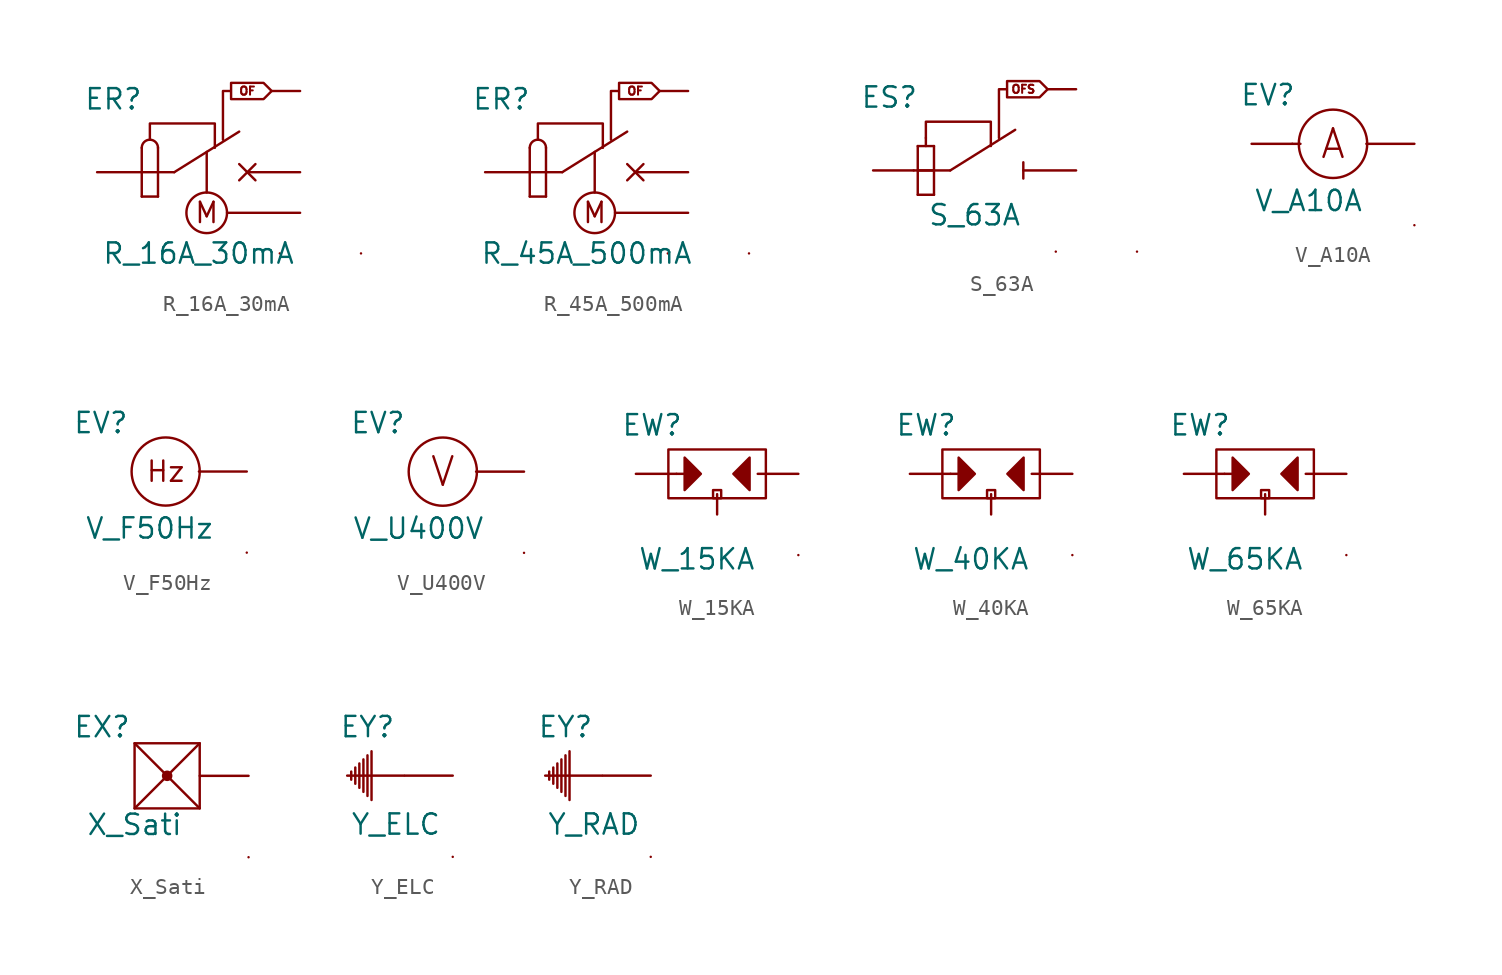
<source format=kicad_sym>
(kicad_symbol_lib
  (version 20211014)
  (generator kicad_symbol_editor)
  (symbol "R_16A_30mA"
    (pin_numbers hide)
    (pin_names
      (offset 0.254))
    (property "Reference" "ER"
      (at -5.334 4.572 0)
      (effects (font (size 1.27 1.27))))
    (property "Value" "R_16A_30mA"
      (at 0 -5.08 0)
      (effects (font (size 1.27 1.27))))
    (symbol "R_16A_30mA_0_0"
      (polyline (pts (xy 5.08 -5.08) (xy 5.08 -5.08)) (stroke (width 0) (type default) (color 0 0 0 0)) (fill (type none)))
      (polyline (pts (xy 10.16 -5.08) (xy 10.16 -5.08)) (stroke (width 0) (type default) (color 0 0 0 0)) (fill (type none)))
      (polyline (pts (xy 0.508 -1.27) (xy 0.508 1.27) (xy 0.508 1.27)) (stroke (width 0) (type default) (color 0 0 0 0)) (fill (type none)))
      (text "M" (at 0.508 -2.54 0) (effects (font (size 1.27 1.27))))
      (text "OF" (at 3.048 5.08 0) (effects (font (size 0.508 0.508)))))
    (symbol "R_16A_30mA_0_1"
      (arc (start -2.54 1.5249) (mid -3.048 2.032) (end -3.556 1.5249) (stroke (width 0) (type default) (color 0 0 0 0)) (fill (type none)))
      (polyline (pts (xy -3.556 0) (xy -1.524 0) (xy -1.524 0)) (stroke (width 0) (type default) (color 0 0 0 0)) (fill (type none)))
      (polyline (pts (xy -3.556 1.524) (xy -3.556 -1.524) (xy -3.556 -1.524)) (stroke (width 0) (type default) (color 0 0 0 0)) (fill (type none)))
      (polyline (pts (xy -1.524 0) (xy 2.54 2.54) (xy 2.54 2.54)) (stroke (width 0) (type default) (color 0 0 0 0)) (fill (type none)))
      (polyline (pts (xy 3.556 0.508) (xy 2.54 -0.508) (xy 2.54 -0.508)) (stroke (width 0) (type default) (color 0 0 0 0)) (fill (type none)))
      (polyline (pts (xy 2.54 0.508) (xy 3.556 -0.508) (xy 3.556 -0.508) (xy 3.556 -0.508)) (stroke (width 0) (type default) (color 0 0 0 0)) (fill (type none)))
      (polyline (pts (xy -3.556 -1.524) (xy -2.54 -1.524) (xy -2.54 -1.524) (xy -2.54 -1.524) (xy -2.54 -1.524)) (stroke (width 0) (type default) (color 0 0 0 0)) (fill (type none)))
      (polyline (pts (xy -2.54 1.524) (xy -2.54 -1.524) (xy -2.54 -1.016) (xy -2.54 -1.016) (xy -2.54 -1.016)) (stroke (width 0) (type default) (color 0 0 0 0)) (fill (type none)))
      (polyline (pts (xy -3.048 2.032) (xy -3.048 3.048) (xy 1.016 3.048) (xy 1.016 1.524) (xy 1.016 1.524) (xy 1.016 1.524)) (stroke (width 0) (type default) (color 0 0 0 0)) (fill (type none)))
      (polyline (pts (xy 1.524 2.032) (xy 1.524 5.08) (xy 2.032 5.08) (xy 2.032 5.588) (xy 4.064 5.588) (xy 4.572 5.08) (xy 4.064 4.572) (xy 2.032 4.572) (xy 2.032 5.08) (xy 2.032 5.08)) (stroke (width 0) (type default) (color 0 0 0 0)) (fill (type none)))
      (circle (center 0.508 -2.54) (radius 1.27) (stroke (width 0) (type default) (color 0 0 0 0)) (fill (type none))))
    (symbol "R_16A_30mA_1_1"
      (pin power_in line (at 6.35 0 180) (length 3.302) (name "~" (effects (font (size 1.016 1.016)))) (number "1" (effects (font (size 0.254 0.254)))))
      (pin power_out line (at -6.35 0 0) (length 2.794) (name "~" (effects (font (size 1.016 1.016)))) (number "2" (effects (font (size 0.254 0.254)))))
      (pin output line (at 6.35 5.08 180) (length 1.778) (name "~" (effects (font (size 0.254 0.254)))) (number "3" (effects (font (size 0.254 0.254)))))
      (pin input line (at 6.35 -2.54 180) (length 4.572) (name "~" (effects (font (size 1.27 1.27)))) (number "4" (effects (font (size 0.254 0.254)))))))
  (symbol "R_45A_500mA"
    (pin_numbers hide)
    (pin_names
      (offset 0.254))
    (property "Reference" "ER"
      (at -5.334 4.572 0)
      (effects (font (size 1.27 1.27))))
    (property "Value" "R_45A_500mA"
      (at 0 -5.08 0)
      (effects (font (size 1.27 1.27))))
    (symbol "R_45A_500mA_0_0"
      (polyline (pts (xy 5.08 -5.08) (xy 5.08 -5.08)) (stroke (width 0) (type default) (color 0 0 0 0)) (fill (type none)))
      (polyline (pts (xy 10.16 -5.08) (xy 10.16 -5.08)) (stroke (width 0) (type default) (color 0 0 0 0)) (fill (type none)))
      (polyline (pts (xy 0.508 -1.27) (xy 0.508 1.27) (xy 0.508 1.27)) (stroke (width 0) (type default) (color 0 0 0 0)) (fill (type none)))
      (text "M" (at 0.508 -2.54 0) (effects (font (size 1.27 1.27))))
      (text "OF" (at 3.048 5.08 0) (effects (font (size 0.508 0.508)))))
    (symbol "R_45A_500mA_0_1"
      (arc (start -2.54 1.5249) (mid -3.048 2.032) (end -3.556 1.5249) (stroke (width 0) (type default) (color 0 0 0 0)) (fill (type none)))
      (polyline (pts (xy -3.556 0) (xy -1.524 0) (xy -1.524 0)) (stroke (width 0) (type default) (color 0 0 0 0)) (fill (type none)))
      (polyline (pts (xy -3.556 1.524) (xy -3.556 -1.524) (xy -3.556 -1.524)) (stroke (width 0) (type default) (color 0 0 0 0)) (fill (type none)))
      (polyline (pts (xy -1.524 0) (xy 2.54 2.54) (xy 2.54 2.54)) (stroke (width 0) (type default) (color 0 0 0 0)) (fill (type none)))
      (polyline (pts (xy 3.556 0.508) (xy 2.54 -0.508) (xy 2.54 -0.508)) (stroke (width 0) (type default) (color 0 0 0 0)) (fill (type none)))
      (polyline (pts (xy 2.54 0.508) (xy 3.556 -0.508) (xy 3.556 -0.508) (xy 3.556 -0.508)) (stroke (width 0) (type default) (color 0 0 0 0)) (fill (type none)))
      (polyline (pts (xy -3.556 -1.524) (xy -2.54 -1.524) (xy -2.54 -1.524) (xy -2.54 -1.524) (xy -2.54 -1.524)) (stroke (width 0) (type default) (color 0 0 0 0)) (fill (type none)))
      (polyline (pts (xy -2.54 1.524) (xy -2.54 -1.524) (xy -2.54 -1.016) (xy -2.54 -1.016) (xy -2.54 -1.016)) (stroke (width 0) (type default) (color 0 0 0 0)) (fill (type none)))
      (polyline (pts (xy -3.048 2.032) (xy -3.048 3.048) (xy 1.016 3.048) (xy 1.016 1.524) (xy 1.016 1.524) (xy 1.016 1.524)) (stroke (width 0) (type default) (color 0 0 0 0)) (fill (type none)))
      (polyline (pts (xy 1.524 2.032) (xy 1.524 5.08) (xy 2.032 5.08) (xy 2.032 5.588) (xy 4.064 5.588) (xy 4.572 5.08) (xy 4.064 4.572) (xy 2.032 4.572) (xy 2.032 5.08) (xy 2.032 5.08)) (stroke (width 0) (type default) (color 0 0 0 0)) (fill (type none)))
      (circle (center 0.508 -2.54) (radius 1.27) (stroke (width 0) (type default) (color 0 0 0 0)) (fill (type none))))
    (symbol "R_45A_500mA_1_1"
      (pin power_in line (at 6.35 0 180) (length 3.302) (name "~" (effects (font (size 1.016 1.016)))) (number "1" (effects (font (size 0.254 0.254)))))
      (pin power_out line (at -6.35 0 0) (length 2.794) (name "~" (effects (font (size 1.016 1.016)))) (number "2" (effects (font (size 0.254 0.254)))))
      (pin output line (at 6.35 5.08 180) (length 1.778) (name "~" (effects (font (size 0.254 0.254)))) (number "3" (effects (font (size 0.254 0.254)))))
      (pin input line (at 6.35 -2.54 180) (length 4.572) (name "~" (effects (font (size 1.27 1.27)))) (number "4" (effects (font (size 0.254 0.254)))))))
  (symbol "S_63A"
    (pin_numbers hide)
    (pin_names
      (offset 0.254))
    (property "Reference" "ES"
      (at -5.334 4.572 0)
      (effects (font (size 1.27 1.27))))
    (property "Value" "S_63A"
      (at 0 -2.794 0)
      (effects (font (size 1.27 1.27))))
    (symbol "S_63A_0_0"
      (polyline (pts (xy 5.08 -5.08) (xy 5.08 -5.08)) (stroke (width 0) (type default) (color 0 0 0 0)) (fill (type none)))
      (polyline (pts (xy 10.16 -5.08) (xy 10.16 -5.08)) (stroke (width 0) (type default) (color 0 0 0 0)) (fill (type none)))
      (polyline (pts (xy -3.81 0) (xy -2.54 0) (xy -2.54 0)) (stroke (width 0) (type default) (color 0 0 0 0)) (fill (type none)))
      (polyline (pts (xy 3.048 0.508) (xy 3.048 -0.508) (xy 3.048 -0.508)) (stroke (width 0) (type default) (color 0 0 0 0)) (fill (type none)))
      (text "OFS" (at 3.048 5.08 0) (effects (font (size 0.508 0.508)))))
    (symbol "S_63A_0_1"
      (polyline (pts (xy -3.556 0) (xy -1.524 0) (xy -1.524 0)) (stroke (width 0) (type default) (color 0 0 0 0)) (fill (type none)))
      (polyline (pts (xy -3.556 1.524) (xy -3.556 -1.524) (xy -3.556 -1.524)) (stroke (width 0) (type default) (color 0 0 0 0)) (fill (type none)))
      (polyline (pts (xy -3.556 1.524) (xy -2.54 1.524) (xy -2.54 1.524)) (stroke (width 0) (type default) (color 0 0 0 0)) (fill (type none)))
      (polyline (pts (xy -3.048 1.524) (xy -3.048 2.032) (xy -3.048 2.032)) (stroke (width 0) (type default) (color 0 0 0 0)) (fill (type none)))
      (polyline (pts (xy -1.524 0) (xy 2.54 2.54) (xy 2.54 2.54)) (stroke (width 0) (type default) (color 0 0 0 0)) (fill (type none)))
      (polyline (pts (xy -3.556 -1.524) (xy -2.54 -1.524) (xy -2.54 -1.524) (xy -2.54 -1.524) (xy -2.54 -1.524)) (stroke (width 0) (type default) (color 0 0 0 0)) (fill (type none)))
      (polyline (pts (xy -2.54 1.524) (xy -2.54 -1.524) (xy -2.54 -1.016) (xy -2.54 -1.016) (xy -2.54 -1.016)) (stroke (width 0) (type default) (color 0 0 0 0)) (fill (type none)))
      (polyline (pts (xy -3.048 2.032) (xy -3.048 3.048) (xy 1.016 3.048) (xy 1.016 1.524) (xy 1.016 1.524) (xy 1.016 1.524)) (stroke (width 0) (type default) (color 0 0 0 0)) (fill (type none)))
      (polyline (pts (xy 1.524 2.032) (xy 1.524 5.08) (xy 2.032 5.08) (xy 2.032 5.588) (xy 4.064 5.588) (xy 4.572 5.08) (xy 4.064 4.572) (xy 2.032 4.572) (xy 2.032 5.08) (xy 2.032 5.08)) (stroke (width 0) (type default) (color 0 0 0 0)) (fill (type none))))
    (symbol "S_63A_1_1"
      (pin power_in line (at 6.35 0 180) (length 3.302) (name "~" (effects (font (size 1.016 1.016)))) (number "1" (effects (font (size 0.254 0.254)))))
      (pin power_out line (at -6.35 0 0) (length 2.54) (name "~" (effects (font (size 1.016 1.016)))) (number "2" (effects (font (size 0.254 0.254)))))
      (pin output line (at 6.35 5.08 180) (length 1.778) (name "~" (effects (font (size 0.254 0.254)))) (number "3" (effects (font (size 0.254 0.254)))))))
  (symbol "V_A10A"
    (pin_numbers hide)
    (pin_names
      (offset 0.254))
    (property "Reference" "EV"
      (at -4.064 3.048 0)
      (effects (font (size 1.27 1.27))))
    (property "Value" "V_A10A"
      (at -1.524 -3.556 0)
      (effects (font (size 1.27 1.27))))
    (symbol "V_A10A_0_0"
      (polyline (pts (xy 5.08 -5.08) (xy 5.08 -5.08)) (stroke (width 0) (type default) (color 0 0 0 0)) (fill (type none)))
      (text "A" (at 0 0 0) (effects (font (size 1.778 1.778)))))
    (symbol "V_A10A_0_1"
      (polyline (pts (xy -2.54 0) (xy -2.032 0) (xy -2.032 0)) (stroke (width 0) (type default) (color 0 0 0 0)) (fill (type none)))
      (circle (center 0 0) (radius 2.134) (stroke (width 0) (type default) (color 0 0 0 0)) (fill (type none))))
    (symbol "V_A10A_1_1"
      (pin power_in line (at -5.08 0 0) (length 2.54) (name "~" (effects (font (size 1.016 1.016)))) (number "1" (effects (font (size 0.254 0.254)))))
      (pin power_out line (at 5.08 0 180) (length 2.997) (name "~" (effects (font (size 1.016 1.016)))) (number "2" (effects (font (size 0.254 0.254)))))))
  (symbol "V_F50Hz"
    (pin_numbers hide)
    (pin_names
      (offset 0.254))
    (property "Reference" "EV"
      (at -4.064 3.048 0)
      (effects (font (size 1.27 1.27))))
    (property "Value" "V_F50Hz"
      (at -1.016 -3.556 0)
      (effects (font (size 1.27 1.27))))
    (symbol "V_F50Hz_0_0"
      (polyline (pts (xy 5.08 -5.08) (xy 5.08 -5.08)) (stroke (width 0) (type default) (color 0 0 0 0)) (fill (type none)))
      (text "Hz" (at 0 0 0) (effects (font (size 1.27 1.27)))))
    (symbol "V_F50Hz_0_1"
      (circle (center 0 0) (radius 2.134) (stroke (width 0) (type default) (color 0 0 0 0)) (fill (type none))))
    (symbol "V_F50Hz_1_1"
      (pin power_in line (at 5.08 0 180) (length 2.997) (name "~" (effects (font (size 1.016 1.016)))) (number "1" (effects (font (size 0.254 0.254)))))))
  (symbol "V_U400V"
    (pin_numbers hide)
    (pin_names
      (offset 0.254))
    (property "Reference" "EV"
      (at -4.064 3.048 0)
      (effects (font (size 1.27 1.27))))
    (property "Value" "V_U400V"
      (at -1.524 -3.556 0)
      (effects (font (size 1.27 1.27))))
    (symbol "V_U400V_0_0"
      (polyline (pts (xy 5.08 -5.08) (xy 5.08 -5.08)) (stroke (width 0) (type default) (color 0 0 0 0)) (fill (type none)))
      (text "V" (at 0 0 0) (effects (font (size 1.778 1.778)))))
    (symbol "V_U400V_0_1"
      (circle (center 0 0) (radius 2.134) (stroke (width 0) (type default) (color 0 0 0 0)) (fill (type none))))
    (symbol "V_U400V_1_1"
      (pin power_in line (at 5.08 0 180) (length 2.997) (name "~" (effects (font (size 1.016 1.016)))) (number "1" (effects (font (size 0.254 0.254)))))))
  (symbol "W_15KA"
    (pin_numbers hide)
    (pin_names
      (offset 0.254))
    (property "Reference" "EW"
      (at -4.064 3.048 0)
      (effects (font (size 1.27 1.27))))
    (property "Value" "W_15KA"
      (at -1.27 -5.334 0)
      (effects (font (size 1.27 1.27))))
    (symbol "W_15KA_0_0"
      (polyline (pts (xy 5.08 -5.08) (xy 5.08 -5.08)) (stroke (width 0) (type default) (color 0 0 0 0)) (fill (type none))))
    (symbol "W_15KA_0_1"
      (rectangle (start -3.048 1.524) (end 3.048 -1.524) (stroke (width 0) (type default) (color 0 0 0 0)) (fill (type none)))
      (rectangle (start -0.254 -1.016) (end 0.254 -1.524) (stroke (width 0) (type default) (color 0 0 0 0)) (fill (type none)))
      (polyline (pts (xy -2.54 0) (xy -2.032 0) (xy -2.032 0)) (stroke (width 0) (type default) (color 0 0 0 0)) (fill (type none)))
      (polyline (pts (xy -2.032 0) (xy -1.016 0) (xy -2.032 1.016) (xy -2.032 0) (xy -2.032 -1.016) (xy -1.016 0) (xy -1.016 0)) (stroke (width 0) (type default) (color 0 0 0 0)) (fill (type outline)))
      (polyline (pts (xy 2.032 0) (xy 1.016 0) (xy 2.032 1.016) (xy 2.032 -1.016) (xy 2.032 0) (xy 2.032 -1.016) (xy 1.016 0) (xy 1.016 0)) (stroke (width 0) (type default) (color 0 0 0 0)) (fill (type outline))))
    (symbol "W_15KA_1_1"
      (pin power_in line (at 5.08 0 180) (length 2.54) (name "~" (effects (font (size 1.016 1.016)))) (number "1" (effects (font (size 0.254 0.254)))))
      (pin power_out line (at -5.08 0 0) (length 2.54) (name "~" (effects (font (size 1.016 1.016)))) (number "2" (effects (font (size 0.254 0.254)))))
      (pin output line (at 0 -2.54 90) (length 1.27) (name "~" (effects (font (size 1.27 1.27)))) (number "3" (effects (font (size 0.254 0.254)))))))
  (symbol "W_40KA"
    (pin_numbers hide)
    (pin_names
      (offset 0.254))
    (property "Reference" "EW"
      (at -4.064 3.048 0)
      (effects (font (size 1.27 1.27))))
    (property "Value" "W_40KA"
      (at -1.27 -5.334 0)
      (effects (font (size 1.27 1.27))))
    (symbol "W_40KA_0_0"
      (polyline (pts (xy 5.08 -5.08) (xy 5.08 -5.08)) (stroke (width 0) (type default) (color 0 0 0 0)) (fill (type none))))
    (symbol "W_40KA_0_1"
      (rectangle (start -3.048 1.524) (end 3.048 -1.524) (stroke (width 0) (type default) (color 0 0 0 0)) (fill (type none)))
      (rectangle (start -0.254 -1.016) (end 0.254 -1.524) (stroke (width 0) (type default) (color 0 0 0 0)) (fill (type none)))
      (polyline (pts (xy -2.54 0) (xy -2.032 0) (xy -2.032 0)) (stroke (width 0) (type default) (color 0 0 0 0)) (fill (type none)))
      (polyline (pts (xy -2.032 0) (xy -1.016 0) (xy -2.032 1.016) (xy -2.032 0) (xy -2.032 -1.016) (xy -1.016 0) (xy -1.016 0)) (stroke (width 0) (type default) (color 0 0 0 0)) (fill (type outline)))
      (polyline (pts (xy 2.032 0) (xy 1.016 0) (xy 2.032 1.016) (xy 2.032 -1.016) (xy 2.032 0) (xy 2.032 -1.016) (xy 1.016 0) (xy 1.016 0)) (stroke (width 0) (type default) (color 0 0 0 0)) (fill (type outline))))
    (symbol "W_40KA_1_1"
      (pin power_in line (at 5.08 0 180) (length 2.54) (name "~" (effects (font (size 1.016 1.016)))) (number "1" (effects (font (size 0.254 0.254)))))
      (pin power_out line (at -5.08 0 0) (length 2.54) (name "~" (effects (font (size 1.016 1.016)))) (number "2" (effects (font (size 0.254 0.254)))))
      (pin output line (at 0 -2.54 90) (length 1.27) (name "~" (effects (font (size 1.27 1.27)))) (number "3" (effects (font (size 0.254 0.254)))))))
  (symbol "W_65KA"
    (pin_numbers hide)
    (pin_names
      (offset 0.254))
    (property "Reference" "EW"
      (at -4.064 3.048 0)
      (effects (font (size 1.27 1.27))))
    (property "Value" "W_65KA"
      (at -1.27 -5.334 0)
      (effects (font (size 1.27 1.27))))
    (symbol "W_65KA_0_0"
      (polyline (pts (xy 5.08 -5.08) (xy 5.08 -5.08)) (stroke (width 0) (type default) (color 0 0 0 0)) (fill (type none))))
    (symbol "W_65KA_0_1"
      (rectangle (start -3.048 1.524) (end 3.048 -1.524) (stroke (width 0) (type default) (color 0 0 0 0)) (fill (type none)))
      (rectangle (start -0.254 -1.016) (end 0.254 -1.524) (stroke (width 0) (type default) (color 0 0 0 0)) (fill (type none)))
      (polyline (pts (xy -2.54 0) (xy -2.032 0) (xy -2.032 0)) (stroke (width 0) (type default) (color 0 0 0 0)) (fill (type none)))
      (polyline (pts (xy -2.032 0) (xy -1.016 0) (xy -2.032 1.016) (xy -2.032 0) (xy -2.032 -1.016) (xy -1.016 0) (xy -1.016 0)) (stroke (width 0) (type default) (color 0 0 0 0)) (fill (type outline)))
      (polyline (pts (xy 2.032 0) (xy 1.016 0) (xy 2.032 1.016) (xy 2.032 -1.016) (xy 2.032 0) (xy 2.032 -1.016) (xy 1.016 0) (xy 1.016 0)) (stroke (width 0) (type default) (color 0 0 0 0)) (fill (type outline))))
    (symbol "W_65KA_1_1"
      (pin power_in line (at 5.08 0 180) (length 2.54) (name "~" (effects (font (size 1.016 1.016)))) (number "1" (effects (font (size 0.254 0.254)))))
      (pin power_out line (at -5.08 0 0) (length 2.54) (name "~" (effects (font (size 1.016 1.016)))) (number "2" (effects (font (size 0.254 0.254)))))
      (pin output line (at 0 -2.54 90) (length 1.27) (name "~" (effects (font (size 1.27 1.27)))) (number "3" (effects (font (size 0.254 0.254)))))))
  (symbol "X_Sati"
    (pin_numbers hide)
    (pin_names
      (offset 0.254))
    (property "Reference" "EX"
      (at -4.064 3.048 0)
      (effects (font (size 1.27 1.27))))
    (property "Value" "X_Sati"
      (at -2.032 -3.048 0)
      (effects (font (size 1.27 1.27))))
    (symbol "X_Sati_0_0"
      (polyline (pts (xy 5.08 -5.08) (xy 5.08 -5.08)) (stroke (width 0) (type default) (color 0 0 0 0)) (fill (type none))))
    (symbol "X_Sati_0_1"
      (rectangle (start -2.032 2.032) (end 2.032 -2.032) (stroke (width 0) (type default) (color 0 0 0 0)) (fill (type none)))
      (polyline (pts (xy -2.032 -2.032) (xy 2.032 2.032) (xy 2.032 2.032)) (stroke (width 0) (type default) (color 0 0 0 0)) (fill (type none)))
      (polyline (pts (xy -2.032 2.032) (xy 2.032 -2.032) (xy 2.032 -2.032)) (stroke (width 0) (type default) (color 0 0 0 0)) (fill (type none)))
      (circle (center 0 0) (radius 0.254) (stroke (width 0) (type default) (color 0 0 0 0)) (fill (type outline))))
    (symbol "X_Sati_1_1"
      (pin power_in line (at 5.08 0 180) (length 3.048) (name "~" (effects (font (size 1.016 1.016)))) (number "1" (effects (font (size 0.254 0.254)))))))
  (symbol "Y_ELC"
    (pin_numbers hide)
    (pin_names
      (offset 0.254))
    (property "Reference" "EY"
      (at -0.254 3.048 0)
      (effects (font (size 1.27 1.27))))
    (property "Value" "Y_ELC"
      (at 1.524 -3.048 0)
      (effects (font (size 1.27 1.27))))
    (symbol "Y_ELC_0_0"
      (polyline (pts (xy 5.08 -5.08) (xy 5.08 -5.08)) (stroke (width 0) (type default) (color 0 0 0 0)) (fill (type none)))
      (polyline (pts (xy -1.27 0.254) (xy -1.27 -0.254) (xy -1.27 -0.254)) (stroke (width 0) (type default) (color 0 0 0 0)) (fill (type none)))
      (polyline (pts (xy -1.016 0.508) (xy -1.016 -0.508) (xy -1.016 -0.508)) (stroke (width 0) (type default) (color 0 0 0 0)) (fill (type none)))
      (polyline (pts (xy -0.762 0.762) (xy -0.762 -0.762) (xy -0.762 -0.762)) (stroke (width 0) (type default) (color 0 0 0 0)) (fill (type none)))
      (polyline (pts (xy -0.254 1.27) (xy -0.254 -1.27) (xy -0.254 -1.27)) (stroke (width 0) (type default) (color 0 0 0 0)) (fill (type none)))
      (polyline (pts (xy -1.524 0) (xy 1.778 0) (xy 2.032 0) (xy 1.778 0)) (stroke (width 0) (type default) (color 0 0 0 0)) (fill (type none)))
      (polyline (pts (xy -0.508 1.016) (xy -0.508 -1.016) (xy -0.508 -1.016) (xy -0.508 -1.016)) (stroke (width 0) (type default) (color 0 0 0 0)) (fill (type none)))
      (polyline (pts (xy 0 1.524) (xy 0 1.524) (xy 0 -1.524) (xy 0 -1.524)) (stroke (width 0) (type default) (color 0 0 0 0)) (fill (type none))))
    (symbol "Y_ELC_1_1"
      (pin power_in line (at 5.08 0 180) (length 2.997) (name "~" (effects (font (size 1.016 1.016)))) (number "1" (effects (font (size 0.254 0.254)))))))
  (symbol "Y_RAD"
    (pin_numbers hide)
    (pin_names
      (offset 0.254))
    (property "Reference" "EY"
      (at -0.254 3.048 0)
      (effects (font (size 1.27 1.27))))
    (property "Value" "Y_RAD"
      (at 1.524 -3.048 0)
      (effects (font (size 1.27 1.27))))
    (symbol "Y_RAD_0_0"
      (polyline (pts (xy 5.08 -5.08) (xy 5.08 -5.08)) (stroke (width 0) (type default) (color 0 0 0 0)) (fill (type none)))
      (polyline (pts (xy -1.27 0.254) (xy -1.27 -0.254) (xy -1.27 -0.254)) (stroke (width 0) (type default) (color 0 0 0 0)) (fill (type none)))
      (polyline (pts (xy -1.016 0.508) (xy -1.016 -0.508) (xy -1.016 -0.508)) (stroke (width 0) (type default) (color 0 0 0 0)) (fill (type none)))
      (polyline (pts (xy -0.762 0.762) (xy -0.762 -0.762) (xy -0.762 -0.762)) (stroke (width 0) (type default) (color 0 0 0 0)) (fill (type none)))
      (polyline (pts (xy -0.254 1.27) (xy -0.254 -1.27) (xy -0.254 -1.27)) (stroke (width 0) (type default) (color 0 0 0 0)) (fill (type none)))
      (polyline (pts (xy -1.524 0) (xy 1.778 0) (xy 2.032 0) (xy 1.778 0)) (stroke (width 0) (type default) (color 0 0 0 0)) (fill (type none)))
      (polyline (pts (xy -0.508 1.016) (xy -0.508 -1.016) (xy -0.508 -1.016) (xy -0.508 -1.016)) (stroke (width 0) (type default) (color 0 0 0 0)) (fill (type none)))
      (polyline (pts (xy 0 1.524) (xy 0 1.524) (xy 0 -1.524) (xy 0 -1.524)) (stroke (width 0) (type default) (color 0 0 0 0)) (fill (type none))))
    (symbol "Y_RAD_1_1"
      (pin power_in line (at 5.08 0 180) (length 2.997) (name "~" (effects (font (size 1.016 1.016)))) (number "1" (effects (font (size 0.254 0.254))))))))
</source>
